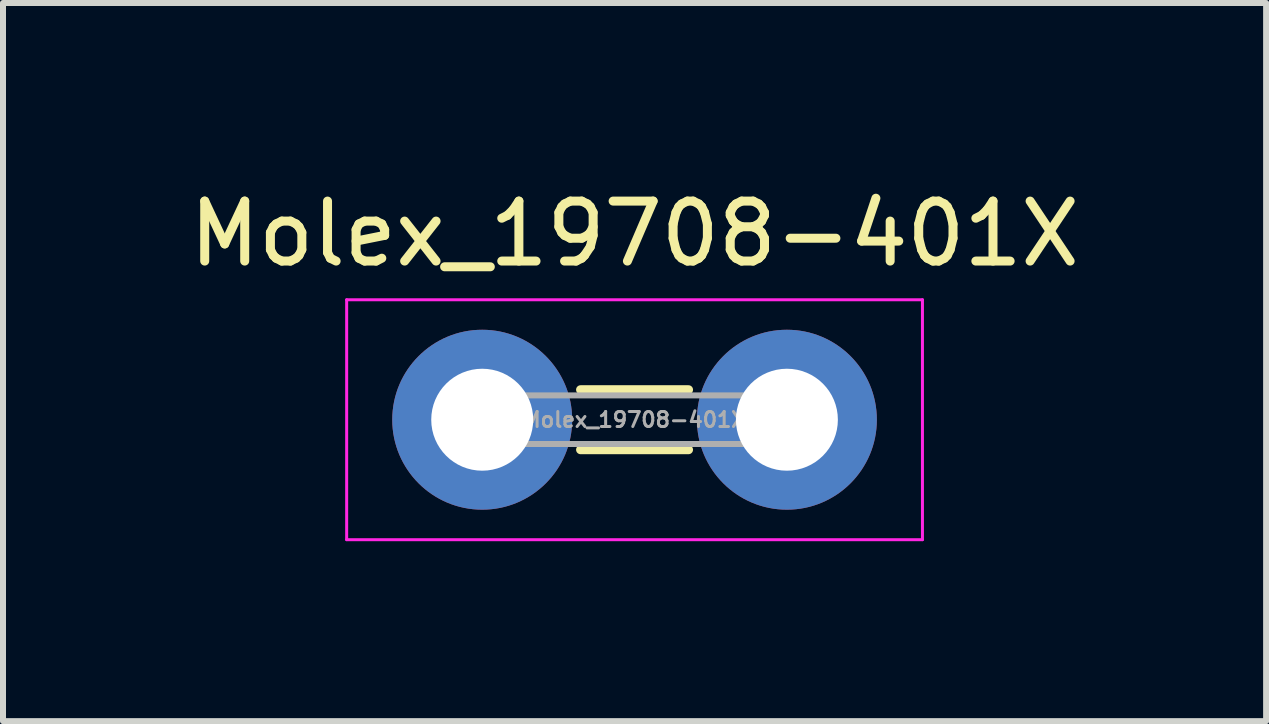
<source format=kicad_pcb>
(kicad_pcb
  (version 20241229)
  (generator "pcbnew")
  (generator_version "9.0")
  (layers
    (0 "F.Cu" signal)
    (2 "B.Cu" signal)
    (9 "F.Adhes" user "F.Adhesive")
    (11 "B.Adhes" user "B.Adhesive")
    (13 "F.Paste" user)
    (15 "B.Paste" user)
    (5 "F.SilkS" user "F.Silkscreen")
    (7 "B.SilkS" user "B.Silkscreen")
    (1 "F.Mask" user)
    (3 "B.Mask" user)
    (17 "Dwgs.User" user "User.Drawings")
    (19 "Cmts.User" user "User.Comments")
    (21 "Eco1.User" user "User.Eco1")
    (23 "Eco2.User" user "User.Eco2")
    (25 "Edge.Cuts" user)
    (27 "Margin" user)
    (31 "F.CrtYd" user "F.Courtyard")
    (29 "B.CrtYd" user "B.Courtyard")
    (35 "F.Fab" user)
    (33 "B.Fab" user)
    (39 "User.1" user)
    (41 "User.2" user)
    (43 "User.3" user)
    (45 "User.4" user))
  (footprint "Molex_19708-401X"
    (layer "F.Cu")
    (at 4.99 3.948)
    (property "Reference" "Molex_19708-401X" (at 2.54 -3.1 0) (layer "F.SilkS") (effects (font (size 1 1) (thickness 0.15))))
    (attr through_hole)
    (fp_line (start 1.64 -0.5) (end 3.44 -0.5) (stroke (width 0.15) (type solid)) (layer "F.SilkS"))
    (fp_line (start 1.64 0.5) (end 3.44 0.5) (stroke (width 0.15) (type solid)) (layer "F.SilkS"))
    (fp_line (start -2.26 -2) (end -2.26 2) (stroke (width 0.05) (type solid)) (layer "F.CrtYd"))
    (fp_line (start -2.26 2) (end 7.34 2) (stroke (width 0.05) (type solid)) (layer "F.CrtYd"))
    (fp_line (start 7.34 -2) (end -2.26 -2) (stroke (width 0.05) (type solid)) (layer "F.CrtYd"))
    (fp_line (start 7.34 2) (end 7.34 -2) (stroke (width 0.05) (type solid)) (layer "F.CrtYd"))
    (fp_line (start -0.61 -0.405) (end -0.61 0.405) (stroke (width 0.1) (type solid)) (layer "F.Fab"))
    (fp_line (start -0.61 0.405) (end 5.69 0.405) (stroke (width 0.1) (type solid)) (layer "F.Fab"))
    (fp_line (start 5.69 -0.405) (end -0.61 -0.405) (stroke (width 0.1) (type solid)) (layer "F.Fab"))
    (fp_line (start 5.69 0.405) (end 5.69 -0.405) (stroke (width 0.1) (type solid)) (layer "F.Fab"))
    (fp_text user "${REFERENCE}" (at 2.54 0 0) (layer "F.Fab") (effects (font (size 0.25 0.25) (thickness 0.05))))
    (pad "1" thru_hole circle (at 0 0) (size 3 3) (drill 1.7) (layers "*.Cu" "*.Mask"))
    (pad "1" thru_hole circle (at 5.08 0) (size 3 3) (drill 1.7) (layers "*.Cu" "*.Mask")))
  (gr_rect
    (start -3 -3)
    (end 18.06 8.973)
    (stroke (width 0.1) (type default))
    (fill no)
    (layer "Edge.Cuts")))
</source>
